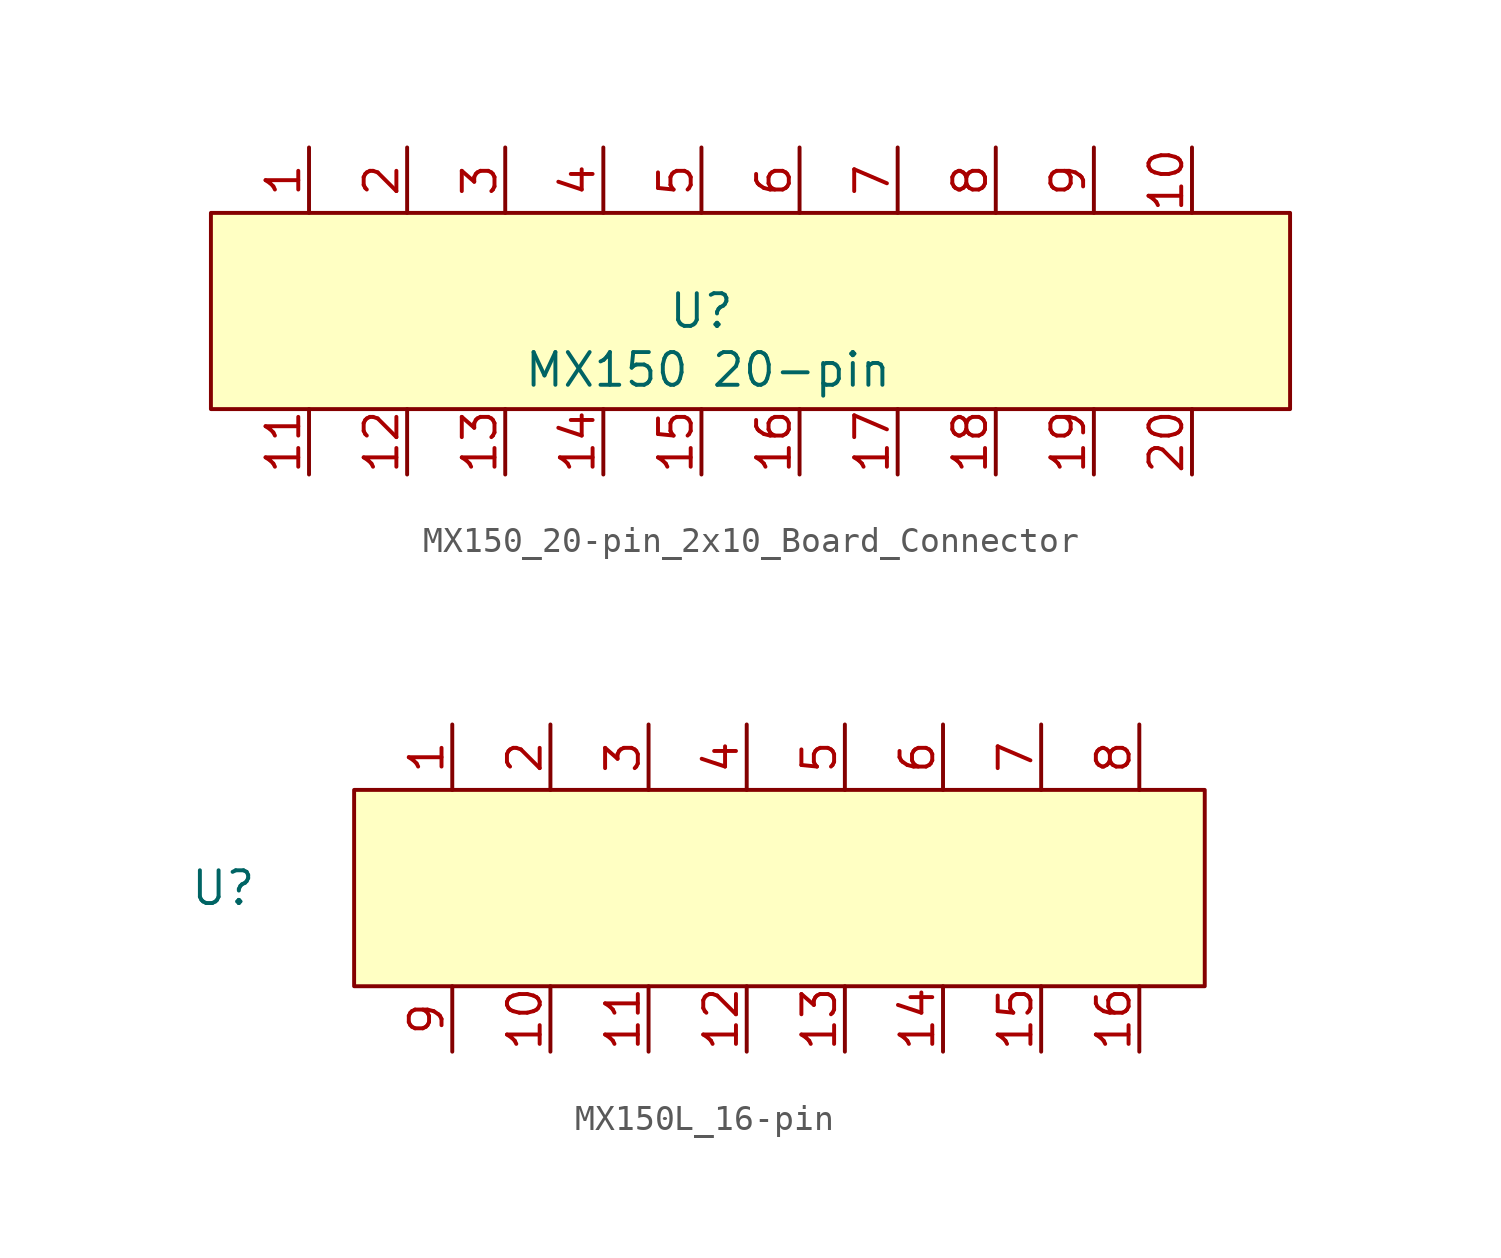
<source format=kicad_sym>
(kicad_symbol_lib
  (version 20241209)
  (generator "kicad_symbol_editor")
  (generator_version "9.0")
  (symbol "MX150_20-pin_2x10_Board_Connector"
    (property "Reference" "U"
      (at 0 0 0)
      (effects (font (size 1.27 1.27))))
    (property "Value" "MX150 20-pin"
      (at 0.254 -2.286 0)
      (effects (font (size 1.27 1.27))))
    (symbol "MX150_20-pin_2x10_Board_Connector_1_1"
      (rectangle (start -19.05 3.81) (end 22.86 -3.81) (stroke (width 0) (type solid)) (fill (type color) (color 255 255 195 1)))
      (pin input line (at -15.24 6.35 270) (length 2.54) (name "" (effects (font (size 1.27 1.27)))) (number "1" (effects (font (size 1.27 1.27)))))
      (pin input line (at -15.24 -6.35 90) (length 2.54) (name "" (effects (font (size 1.27 1.27)))) (number "11" (effects (font (size 1.27 1.27)))))
      (pin input line (at -11.43 6.35 270) (length 2.54) (name "" (effects (font (size 1.27 1.27)))) (number "2" (effects (font (size 1.27 1.27)))))
      (pin input line (at -11.43 -6.35 90) (length 2.54) (name "" (effects (font (size 1.27 1.27)))) (number "12" (effects (font (size 1.27 1.27)))))
      (pin input line (at -7.62 6.35 270) (length 2.54) (name "" (effects (font (size 1.27 1.27)))) (number "3" (effects (font (size 1.27 1.27)))))
      (pin input line (at -7.62 -6.35 90) (length 2.54) (name "" (effects (font (size 1.27 1.27)))) (number "13" (effects (font (size 1.27 1.27)))))
      (pin input line (at -3.81 6.35 270) (length 2.54) (name "" (effects (font (size 1.27 1.27)))) (number "4" (effects (font (size 1.27 1.27)))))
      (pin input line (at -3.81 -6.35 90) (length 2.54) (name "" (effects (font (size 1.27 1.27)))) (number "14" (effects (font (size 1.27 1.27)))))
      (pin input line (at 0 6.35 270) (length 2.54) (name "" (effects (font (size 1.27 1.27)))) (number "5" (effects (font (size 1.27 1.27)))))
      (pin input line (at 0 -6.35 90) (length 2.54) (name "" (effects (font (size 1.27 1.27)))) (number "15" (effects (font (size 1.27 1.27)))))
      (pin input line (at 3.81 6.35 270) (length 2.54) (name "" (effects (font (size 1.27 1.27)))) (number "6" (effects (font (size 1.27 1.27)))))
      (pin input line (at 3.81 -6.35 90) (length 2.54) (name "" (effects (font (size 1.27 1.27)))) (number "16" (effects (font (size 1.27 1.27)))))
      (pin input line (at 7.62 6.35 270) (length 2.54) (name "" (effects (font (size 1.27 1.27)))) (number "7" (effects (font (size 1.27 1.27)))))
      (pin input line (at 7.62 -6.35 90) (length 2.54) (name "" (effects (font (size 1.27 1.27)))) (number "17" (effects (font (size 1.27 1.27)))))
      (pin input line (at 11.43 6.35 270) (length 2.54) (name "" (effects (font (size 1.27 1.27)))) (number "8" (effects (font (size 1.27 1.27)))))
      (pin input line (at 11.43 -6.35 90) (length 2.54) (name "" (effects (font (size 1.27 1.27)))) (number "18" (effects (font (size 1.27 1.27)))))
      (pin input line (at 15.24 6.35 270) (length 2.54) (name "" (effects (font (size 1.27 1.27)))) (number "9" (effects (font (size 1.27 1.27)))))
      (pin input line (at 15.24 -6.35 90) (length 2.54) (name "" (effects (font (size 1.27 1.27)))) (number "19" (effects (font (size 1.27 1.27)))))
      (pin input line (at 19.05 6.35 270) (length 2.54) (name "" (effects (font (size 1.27 1.27)))) (number "10" (effects (font (size 1.27 1.27)))))
      (pin input line (at 19.05 -6.35 90) (length 2.54) (name "" (effects (font (size 1.27 1.27)))) (number "20" (effects (font (size 1.27 1.27)))))))
  (symbol "MX150L_16-pin"
    (property "Reference" "U"
      (at 0 0 0)
      (effects (font (size 1.27 1.27))))
    (property "Value" ""
      (at 0 0 0)
      (effects (font (size 1.27 1.27))))
    (symbol "MX150L_16-pin_1_1"
      (rectangle (start 5.08 3.81) (end 38.1 -3.81) (stroke (width 0) (type solid)) (fill (type color) (color 255 255 195 1)))
      (pin input line (at 8.89 6.35 270) (length 2.54) (name "" (effects (font (size 1.27 1.27)))) (number "1" (effects (font (size 1.27 1.27)))))
      (pin input line (at 8.89 -6.35 90) (length 2.54) (name "" (effects (font (size 1.27 1.27)))) (number "9" (effects (font (size 1.27 1.27)))))
      (pin input line (at 12.7 6.35 270) (length 2.54) (name "" (effects (font (size 1.27 1.27)))) (number "2" (effects (font (size 1.27 1.27)))))
      (pin input line (at 12.7 -6.35 90) (length 2.54) (name "" (effects (font (size 1.27 1.27)))) (number "10" (effects (font (size 1.27 1.27)))))
      (pin input line (at 16.51 6.35 270) (length 2.54) (name "" (effects (font (size 1.27 1.27)))) (number "3" (effects (font (size 1.27 1.27)))))
      (pin input line (at 16.51 -6.35 90) (length 2.54) (name "" (effects (font (size 1.27 1.27)))) (number "11" (effects (font (size 1.27 1.27)))))
      (pin input line (at 20.32 6.35 270) (length 2.54) (name "" (effects (font (size 1.27 1.27)))) (number "4" (effects (font (size 1.27 1.27)))))
      (pin input line (at 20.32 -6.35 90) (length 2.54) (name "" (effects (font (size 1.27 1.27)))) (number "12" (effects (font (size 1.27 1.27)))))
      (pin input line (at 24.13 6.35 270) (length 2.54) (name "" (effects (font (size 1.27 1.27)))) (number "5" (effects (font (size 1.27 1.27)))))
      (pin input line (at 24.13 -6.35 90) (length 2.54) (name "" (effects (font (size 1.27 1.27)))) (number "13" (effects (font (size 1.27 1.27)))))
      (pin input line (at 27.94 6.35 270) (length 2.54) (name "" (effects (font (size 1.27 1.27)))) (number "6" (effects (font (size 1.27 1.27)))))
      (pin input line (at 27.94 -6.35 90) (length 2.54) (name "" (effects (font (size 1.27 1.27)))) (number "14" (effects (font (size 1.27 1.27)))))
      (pin input line (at 31.75 6.35 270) (length 2.54) (name "" (effects (font (size 1.27 1.27)))) (number "7" (effects (font (size 1.27 1.27)))))
      (pin input line (at 31.75 -6.35 90) (length 2.54) (name "" (effects (font (size 1.27 1.27)))) (number "15" (effects (font (size 1.27 1.27)))))
      (pin input line (at 35.56 6.35 270) (length 2.54) (name "" (effects (font (size 1.27 1.27)))) (number "8" (effects (font (size 1.27 1.27)))))
      (pin input line (at 35.56 -6.35 90) (length 2.54) (name "" (effects (font (size 1.27 1.27)))) (number "16" (effects (font (size 1.27 1.27))))))))
</source>
